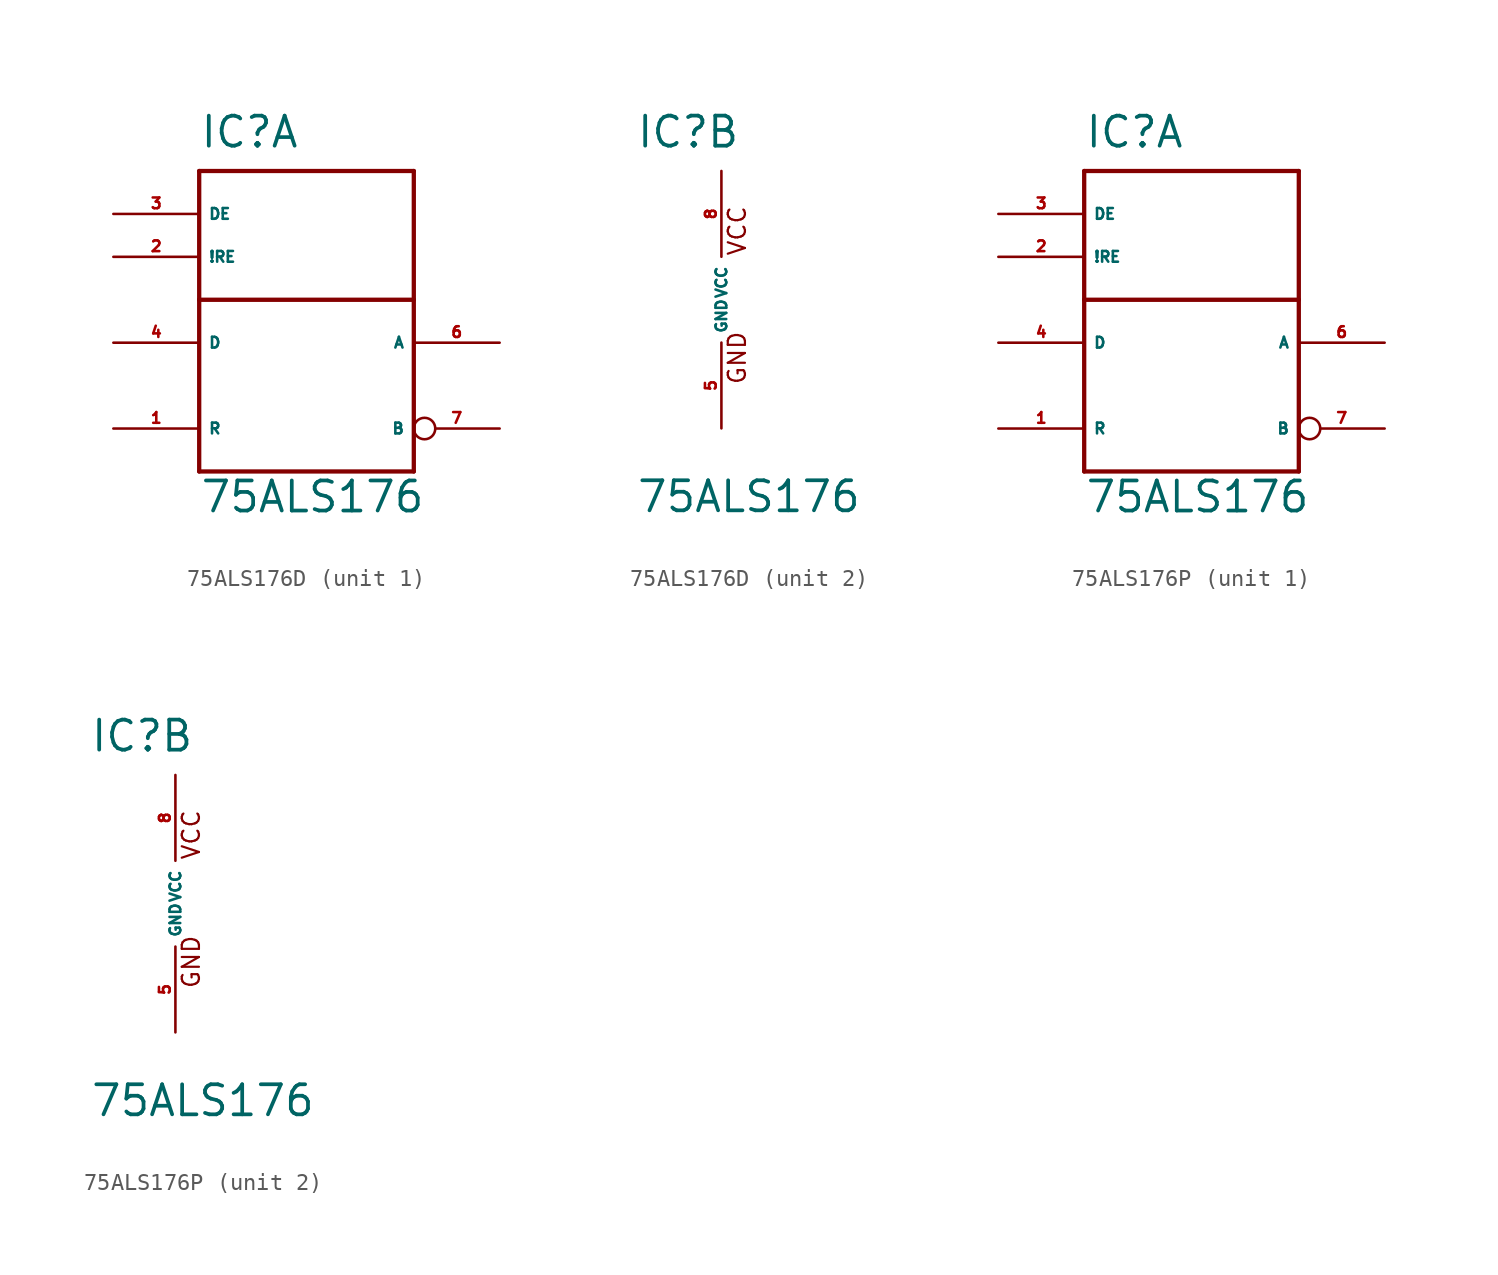
<source format=kicad_sym>
(kicad_symbol_lib
  (version 20220914)
  (generator Eagle2Kicad)
  (symbol "75ALS176D"
    (property "Reference" "IC"
      (at -5.08 8.89 0)
      (effects (font (size 1.778 1.778) (thickness 0.22)) (justify left bottom)))
    (property "Value" "75ALS176"
      (at -5.08 -12.7 0)
      (effects (font (size 1.778 1.778) (thickness 0.22)) (justify left bottom)))
    (symbol "75ALS176D_1_0"
      (polyline (pts (xy -5.08 7.62) (xy -5.08 0)) (stroke (width 0.254) (type default)) (fill (type none)))
      (polyline (pts (xy -5.08 0) (xy -5.08 -10.16)) (stroke (width 0.254) (type default)) (fill (type none)))
      (polyline (pts (xy -5.08 -10.16) (xy 7.62 -10.16)) (stroke (width 0.254) (type default)) (fill (type none)))
      (polyline (pts (xy 7.62 -10.16) (xy 7.62 0)) (stroke (width 0.254) (type default)) (fill (type none)))
      (polyline (pts (xy 7.62 0) (xy 7.62 7.62)) (stroke (width 0.254) (type default)) (fill (type none)))
      (polyline (pts (xy 7.62 7.62) (xy -5.08 7.62)) (stroke (width 0.254) (type default)) (fill (type none)))
      (polyline (pts (xy -5.08 0) (xy 7.62 0)) (stroke (width 0.254) (type default)) (fill (type none)))
      (pin output line (at -10.16 -7.62 0) (length 5.08) (name "R" (effects (font (size 0.635 0.635) (thickness 0.08)) (justify left bottom))) (number "1" (effects (font (size 0.635 0.635) (thickness 0.08)) (justify left bottom))))
      (pin input line (at -10.16 -2.54 0) (length 5.08) (name "D" (effects (font (size 0.635 0.635) (thickness 0.08)) (justify left bottom))) (number "4" (effects (font (size 0.635 0.635) (thickness 0.08)) (justify left bottom))))
      (pin bidirectional line (at 12.7 -2.54 180) (length 5.08) (name "A" (effects (font (size 0.635 0.635) (thickness 0.08)) (justify left bottom))) (number "6" (effects (font (size 0.635 0.635) (thickness 0.08)) (justify left bottom))))
      (pin bidirectional inverted (at 12.7 -7.62 180) (length 5.08) (name "B" (effects (font (size 0.635 0.635) (thickness 0.08)) (justify left bottom))) (number "7" (effects (font (size 0.635 0.635) (thickness 0.08)) (justify left bottom))))
      (pin input line (at -10.16 5.08 0) (length 5.08) (name "DE" (effects (font (size 0.635 0.635) (thickness 0.08)) (justify left bottom))) (number "3" (effects (font (size 0.635 0.635) (thickness 0.08)) (justify left bottom))))
      (pin input line (at -10.16 2.54 0) (length 5.08) (name "!RE" (effects (font (size 0.635 0.635) (thickness 0.08)) (justify left bottom))) (number "2" (effects (font (size 0.635 0.635) (thickness 0.08)) (justify left bottom)))))
    (symbol "75ALS176D_2_0"
      (text "GND" (at 1.524 -5.08 900) (effects (font (size 1.016 1.016) (thickness 0.13)) (justify left bottom)))
      (text "VCC" (at 1.524 2.54 900) (effects (font (size 1.016 1.016) (thickness 0.13)) (justify left bottom)))
      (pin unspecified line (at 0 7.62 270) (length 5.08) (name "VCC" (effects (font (size 0.635 0.635) (thickness 0.08)) (justify left bottom))) (number "8" (effects (font (size 0.635 0.635) (thickness 0.08)) (justify left bottom))))
      (pin unspecified line (at 0 -7.62 90) (length 5.08) (name "GND" (effects (font (size 0.635 0.635) (thickness 0.08)) (justify left bottom))) (number "5" (effects (font (size 0.635 0.635) (thickness 0.08)) (justify left bottom))))))
  (symbol "75ALS176P"
    (property "Reference" "IC"
      (at -5.08 8.89 0)
      (effects (font (size 1.778 1.778) (thickness 0.22)) (justify left bottom)))
    (property "Value" "75ALS176"
      (at -5.08 -12.7 0)
      (effects (font (size 1.778 1.778) (thickness 0.22)) (justify left bottom)))
    (symbol "75ALS176P_1_0"
      (polyline (pts (xy -5.08 7.62) (xy -5.08 0)) (stroke (width 0.254) (type default)) (fill (type none)))
      (polyline (pts (xy -5.08 0) (xy -5.08 -10.16)) (stroke (width 0.254) (type default)) (fill (type none)))
      (polyline (pts (xy -5.08 -10.16) (xy 7.62 -10.16)) (stroke (width 0.254) (type default)) (fill (type none)))
      (polyline (pts (xy 7.62 -10.16) (xy 7.62 0)) (stroke (width 0.254) (type default)) (fill (type none)))
      (polyline (pts (xy 7.62 0) (xy 7.62 7.62)) (stroke (width 0.254) (type default)) (fill (type none)))
      (polyline (pts (xy 7.62 7.62) (xy -5.08 7.62)) (stroke (width 0.254) (type default)) (fill (type none)))
      (polyline (pts (xy -5.08 0) (xy 7.62 0)) (stroke (width 0.254) (type default)) (fill (type none)))
      (pin output line (at -10.16 -7.62 0) (length 5.08) (name "R" (effects (font (size 0.635 0.635) (thickness 0.08)) (justify left bottom))) (number "1" (effects (font (size 0.635 0.635) (thickness 0.08)) (justify left bottom))))
      (pin input line (at -10.16 -2.54 0) (length 5.08) (name "D" (effects (font (size 0.635 0.635) (thickness 0.08)) (justify left bottom))) (number "4" (effects (font (size 0.635 0.635) (thickness 0.08)) (justify left bottom))))
      (pin bidirectional line (at 12.7 -2.54 180) (length 5.08) (name "A" (effects (font (size 0.635 0.635) (thickness 0.08)) (justify left bottom))) (number "6" (effects (font (size 0.635 0.635) (thickness 0.08)) (justify left bottom))))
      (pin bidirectional inverted (at 12.7 -7.62 180) (length 5.08) (name "B" (effects (font (size 0.635 0.635) (thickness 0.08)) (justify left bottom))) (number "7" (effects (font (size 0.635 0.635) (thickness 0.08)) (justify left bottom))))
      (pin input line (at -10.16 5.08 0) (length 5.08) (name "DE" (effects (font (size 0.635 0.635) (thickness 0.08)) (justify left bottom))) (number "3" (effects (font (size 0.635 0.635) (thickness 0.08)) (justify left bottom))))
      (pin input line (at -10.16 2.54 0) (length 5.08) (name "!RE" (effects (font (size 0.635 0.635) (thickness 0.08)) (justify left bottom))) (number "2" (effects (font (size 0.635 0.635) (thickness 0.08)) (justify left bottom)))))
    (symbol "75ALS176P_2_0"
      (text "GND" (at 1.524 -5.08 900) (effects (font (size 1.016 1.016) (thickness 0.13)) (justify left bottom)))
      (text "VCC" (at 1.524 2.54 900) (effects (font (size 1.016 1.016) (thickness 0.13)) (justify left bottom)))
      (pin unspecified line (at 0 7.62 270) (length 5.08) (name "VCC" (effects (font (size 0.635 0.635) (thickness 0.08)) (justify left bottom))) (number "8" (effects (font (size 0.635 0.635) (thickness 0.08)) (justify left bottom))))
      (pin unspecified line (at 0 -7.62 90) (length 5.08) (name "GND" (effects (font (size 0.635 0.635) (thickness 0.08)) (justify left bottom))) (number "5" (effects (font (size 0.635 0.635) (thickness 0.08)) (justify left bottom)))))))
</source>
